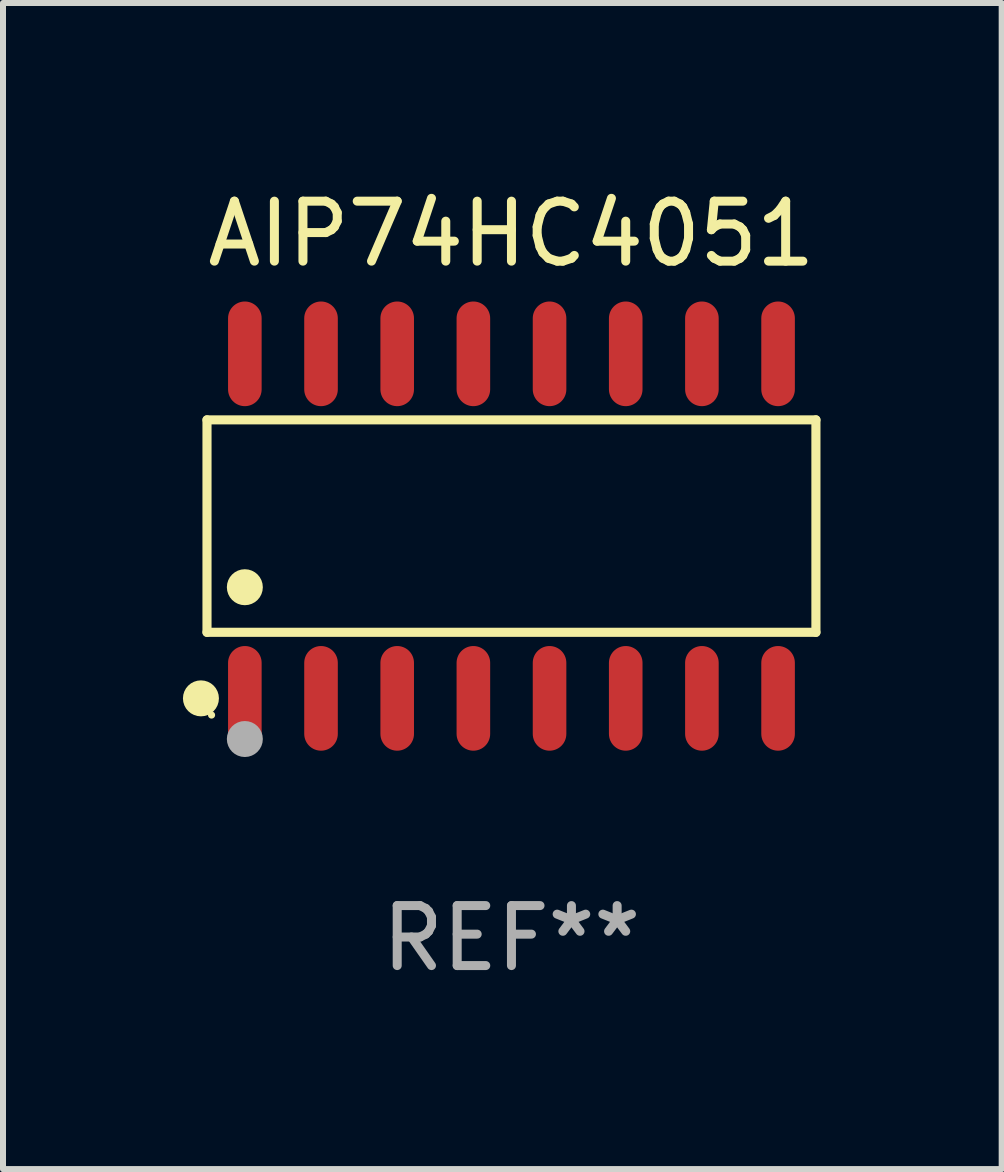
<source format=kicad_pcb>
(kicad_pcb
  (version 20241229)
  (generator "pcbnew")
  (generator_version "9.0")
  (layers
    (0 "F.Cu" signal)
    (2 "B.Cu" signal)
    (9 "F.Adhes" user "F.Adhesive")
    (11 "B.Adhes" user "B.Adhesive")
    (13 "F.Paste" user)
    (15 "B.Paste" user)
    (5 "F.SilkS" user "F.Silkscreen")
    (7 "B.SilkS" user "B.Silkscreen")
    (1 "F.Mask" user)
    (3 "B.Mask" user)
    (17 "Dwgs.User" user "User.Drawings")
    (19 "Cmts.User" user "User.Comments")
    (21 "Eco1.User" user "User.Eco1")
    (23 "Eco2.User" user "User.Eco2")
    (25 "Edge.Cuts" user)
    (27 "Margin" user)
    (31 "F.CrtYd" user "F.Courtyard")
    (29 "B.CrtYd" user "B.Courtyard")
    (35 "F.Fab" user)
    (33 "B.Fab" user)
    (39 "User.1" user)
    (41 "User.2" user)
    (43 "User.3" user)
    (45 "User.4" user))
  (footprint "AIP74HC4051"
    (layer "F.Cu")
    (at 5.477 5.721)
    (property "Reference" "AIP74HC4051" (at 0 -4.872 0) (layer "F.SilkS") (effects (font (size 1 1) (thickness 0.15))))
    (attr through_hole)
    (fp_line (start -5.076 -1.771) (end 5.076 -1.771) (stroke (width 0.152) (type solid)) (layer "F.SilkS"))
    (fp_line (start -5.076 1.771) (end -5.076 -1.771) (stroke (width 0.152) (type solid)) (layer "F.SilkS"))
    (fp_line (start 5.076 -1.771) (end 5.076 1.771) (stroke (width 0.152) (type solid)) (layer "F.SilkS"))
    (fp_line (start 5.076 1.771) (end -5.076 1.771) (stroke (width 0.152) (type solid)) (layer "F.SilkS"))
    (fp_circle (center -5.177 2.872) (end -5.027 2.872) (stroke (width 0.3) (type solid)) (fill no) (layer "F.SilkS"))
    (fp_circle (center -5 3.15) (end -4.97 3.15) (stroke (width 0.06) (type solid)) (fill no) (layer "F.SilkS"))
    (fp_circle (center -4.445 1.019) (end -4.295 1.019) (stroke (width 0.3) (type solid)) (fill no) (layer "F.SilkS"))
    (fp_circle (center -4.445 3.55) (end -4.295 3.55) (stroke (width 0.3) (type solid)) (fill no) (layer "F.Fab"))
    (fp_text user "REF**" (at 0 6.872 0) (layer "F.Fab") (effects (font (size 1 1) (thickness 0.15))))
    (pad "1" smd oval (at -4.445 2.872) (size 0.56 1.745) (layers "F.Cu" "F.Mask" "F.Paste"))
    (pad "2" smd oval (at -3.175 2.872) (size 0.56 1.745) (layers "F.Cu" "F.Mask" "F.Paste"))
    (pad "3" smd oval (at -1.905 2.872) (size 0.56 1.745) (layers "F.Cu" "F.Mask" "F.Paste"))
    (pad "4" smd oval (at -0.635 2.872) (size 0.56 1.745) (layers "F.Cu" "F.Mask" "F.Paste"))
    (pad "5" smd oval (at 0.635 2.872) (size 0.56 1.745) (layers "F.Cu" "F.Mask" "F.Paste"))
    (pad "6" smd oval (at 1.905 2.872) (size 0.56 1.745) (layers "F.Cu" "F.Mask" "F.Paste"))
    (pad "7" smd oval (at 3.175 2.872) (size 0.56 1.745) (layers "F.Cu" "F.Mask" "F.Paste"))
    (pad "8" smd oval (at 4.445 2.872) (size 0.56 1.745) (layers "F.Cu" "F.Mask" "F.Paste"))
    (pad "9" smd oval (at 4.445 -2.872) (size 0.56 1.745) (layers "F.Cu" "F.Mask" "F.Paste"))
    (pad "10" smd oval (at 3.175 -2.872) (size 0.56 1.745) (layers "F.Cu" "F.Mask" "F.Paste"))
    (pad "11" smd oval (at 1.905 -2.872) (size 0.56 1.745) (layers "F.Cu" "F.Mask" "F.Paste"))
    (pad "12" smd oval (at 0.635 -2.872) (size 0.56 1.745) (layers "F.Cu" "F.Mask" "F.Paste"))
    (pad "13" smd oval (at -0.635 -2.872) (size 0.56 1.745) (layers "F.Cu" "F.Mask" "F.Paste"))
    (pad "14" smd oval (at -1.905 -2.872) (size 0.56 1.745) (layers "F.Cu" "F.Mask" "F.Paste"))
    (pad "15" smd oval (at -3.175 -2.872) (size 0.56 1.745) (layers "F.Cu" "F.Mask" "F.Paste"))
    (pad "16" smd oval (at -4.445 -2.872) (size 0.56 1.745) (layers "F.Cu" "F.Mask" "F.Paste")))
  (gr_rect
    (start -3 -3)
    (end 13.65 16.441)
    (stroke (width 0.1) (type default))
    (fill no)
    (layer "Edge.Cuts")))
</source>
